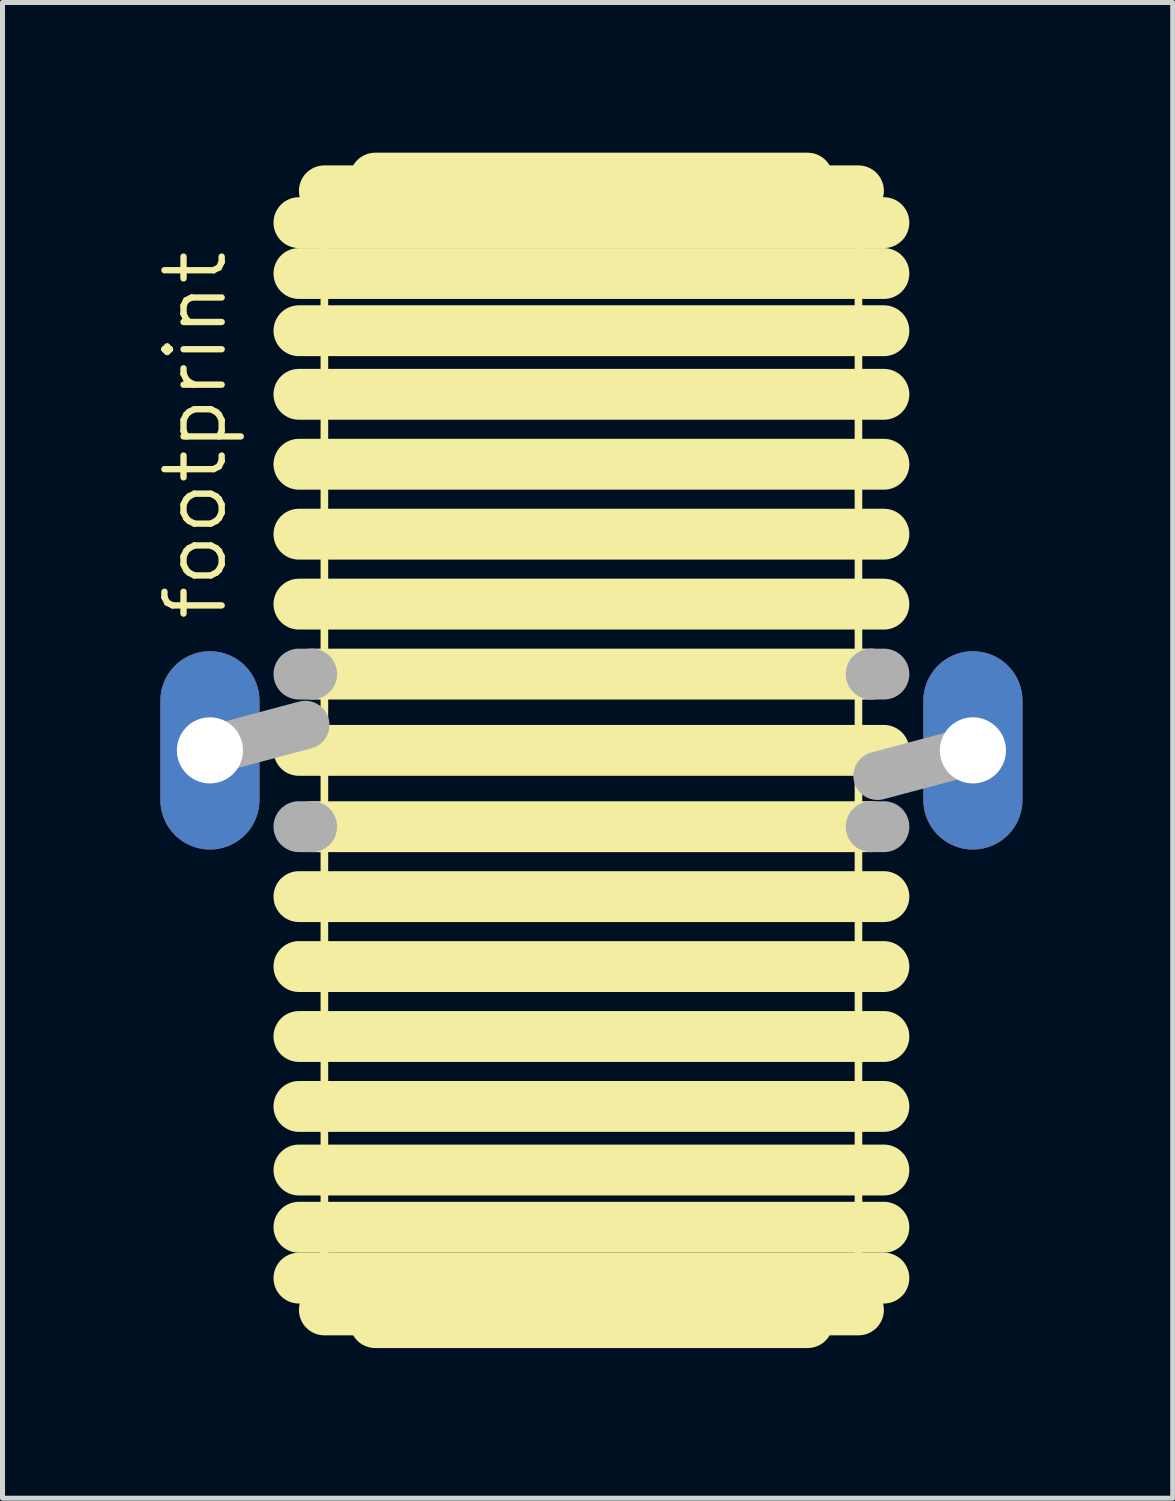
<source format=kicad_pcb>
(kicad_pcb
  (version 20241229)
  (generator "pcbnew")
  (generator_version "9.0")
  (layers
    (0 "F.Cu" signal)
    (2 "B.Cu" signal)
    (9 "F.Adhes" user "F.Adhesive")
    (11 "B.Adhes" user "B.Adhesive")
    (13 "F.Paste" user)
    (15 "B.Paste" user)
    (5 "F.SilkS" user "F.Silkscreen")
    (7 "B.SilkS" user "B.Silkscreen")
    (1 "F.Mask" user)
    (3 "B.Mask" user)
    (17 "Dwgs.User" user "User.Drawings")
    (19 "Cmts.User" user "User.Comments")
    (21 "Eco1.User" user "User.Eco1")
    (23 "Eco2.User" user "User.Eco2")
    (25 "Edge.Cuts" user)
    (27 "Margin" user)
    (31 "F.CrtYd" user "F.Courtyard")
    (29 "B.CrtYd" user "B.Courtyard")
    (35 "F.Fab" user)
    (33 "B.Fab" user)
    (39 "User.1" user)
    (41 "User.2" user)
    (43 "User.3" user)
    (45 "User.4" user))
  (footprint "footprint"
    (layer "F.Cu")
    (at 8.763 11.938)
    (property "Reference" "footprint" (at -7.239 -2.54 90) (layer "F.SilkS") (effects (font (size 1.143 1.143) (thickness 0.127)) (justify left bottom)))
    (fp_line (start -5.842 -10.541) (end 5.842 -10.541) (stroke (width 1.016) (type solid)) (layer "F.SilkS"))
    (fp_line (start -5.842 -9.525) (end 5.842 -9.525) (stroke (width 1.016) (type solid)) (layer "F.SilkS"))
    (fp_line (start -5.842 -8.382) (end 5.842 -8.382) (stroke (width 1.016) (type solid)) (layer "F.SilkS"))
    (fp_line (start -5.842 -7.112) (end 5.842 -7.112) (stroke (width 1.016) (type solid)) (layer "F.SilkS"))
    (fp_line (start -5.842 -5.715) (end 5.842 -5.715) (stroke (width 1.016) (type solid)) (layer "F.SilkS"))
    (fp_line (start -5.842 -4.318) (end 5.842 -4.318) (stroke (width 1.016) (type solid)) (layer "F.SilkS"))
    (fp_line (start -5.842 -2.921) (end 5.842 -2.921) (stroke (width 1.016) (type solid)) (layer "F.SilkS"))
    (fp_line (start -5.842 0) (end 5.842 0) (stroke (width 1.016) (type solid)) (layer "F.SilkS"))
    (fp_line (start -5.588 -1.524) (end 5.588 -1.524) (stroke (width 1.016) (type solid)) (layer "F.SilkS"))
    (fp_line (start -5.334 -11.176) (end 5.334 -11.176) (stroke (width 1.016) (type solid)) (layer "F.SilkS"))
    (fp_line (start -5.334 11.176) (end -5.334 -11.176) (stroke (width 0.152) (type solid)) (layer "F.SilkS"))
    (fp_line (start -5.334 11.176) (end 5.334 11.176) (stroke (width 1.016) (type solid)) (layer "F.SilkS"))
    (fp_line (start -4.318 -11.43) (end 4.318 -11.43) (stroke (width 1.016) (type solid)) (layer "F.SilkS"))
    (fp_line (start -4.318 11.43) (end 4.318 11.43) (stroke (width 1.016) (type solid)) (layer "F.SilkS"))
    (fp_line (start 5.334 -11.176) (end 5.334 11.176) (stroke (width 0.152) (type solid)) (layer "F.SilkS"))
    (fp_line (start 5.588 1.524) (end -5.588 1.524) (stroke (width 1.016) (type solid)) (layer "F.SilkS"))
    (fp_line (start 5.842 2.921) (end -5.842 2.921) (stroke (width 1.016) (type solid)) (layer "F.SilkS"))
    (fp_line (start 5.842 4.318) (end -5.842 4.318) (stroke (width 1.016) (type solid)) (layer "F.SilkS"))
    (fp_line (start 5.842 5.715) (end -5.842 5.715) (stroke (width 1.016) (type solid)) (layer "F.SilkS"))
    (fp_line (start 5.842 7.112) (end -5.842 7.112) (stroke (width 1.016) (type solid)) (layer "F.SilkS"))
    (fp_line (start 5.842 8.382) (end -5.842 8.382) (stroke (width 1.016) (type solid)) (layer "F.SilkS"))
    (fp_line (start 5.842 9.525) (end -5.842 9.525) (stroke (width 1.016) (type solid)) (layer "F.SilkS"))
    (fp_line (start 5.842 10.541) (end -5.842 10.541) (stroke (width 1.016) (type solid)) (layer "F.SilkS"))
    (fp_line (start -7.62 0) (end -5.715 -0.508) (stroke (width 0.965) (type solid)) (layer "F.Fab"))
    (fp_line (start -5.588 -1.524) (end -5.842 -1.524) (stroke (width 1.016) (type solid)) (layer "F.Fab"))
    (fp_line (start -5.588 1.524) (end -5.842 1.524) (stroke (width 1.016) (type solid)) (layer "F.Fab"))
    (fp_line (start 5.588 -1.524) (end 5.842 -1.524) (stroke (width 1.016) (type solid)) (layer "F.Fab"))
    (fp_line (start 5.588 1.524) (end 5.842 1.524) (stroke (width 1.016) (type solid)) (layer "F.Fab"))
    (fp_line (start 5.715 0.508) (end 7.62 0) (stroke (width 0.965) (type solid)) (layer "F.Fab"))
    (pad "1" thru_hole oval (at -7.62 0 90) (size 3.962 1.981) (drill 1.321) (layers "*.Cu" "*.Mask"))
    (pad "2" thru_hole oval (at 7.62 0 90) (size 3.962 1.981) (drill 1.321) (layers "*.Cu" "*.Mask")))
  (gr_rect
    (start -3 -3)
    (end 20.374 26.876)
    (stroke (width 0.1) (type default))
    (fill no)
    (layer "Edge.Cuts")))
</source>
